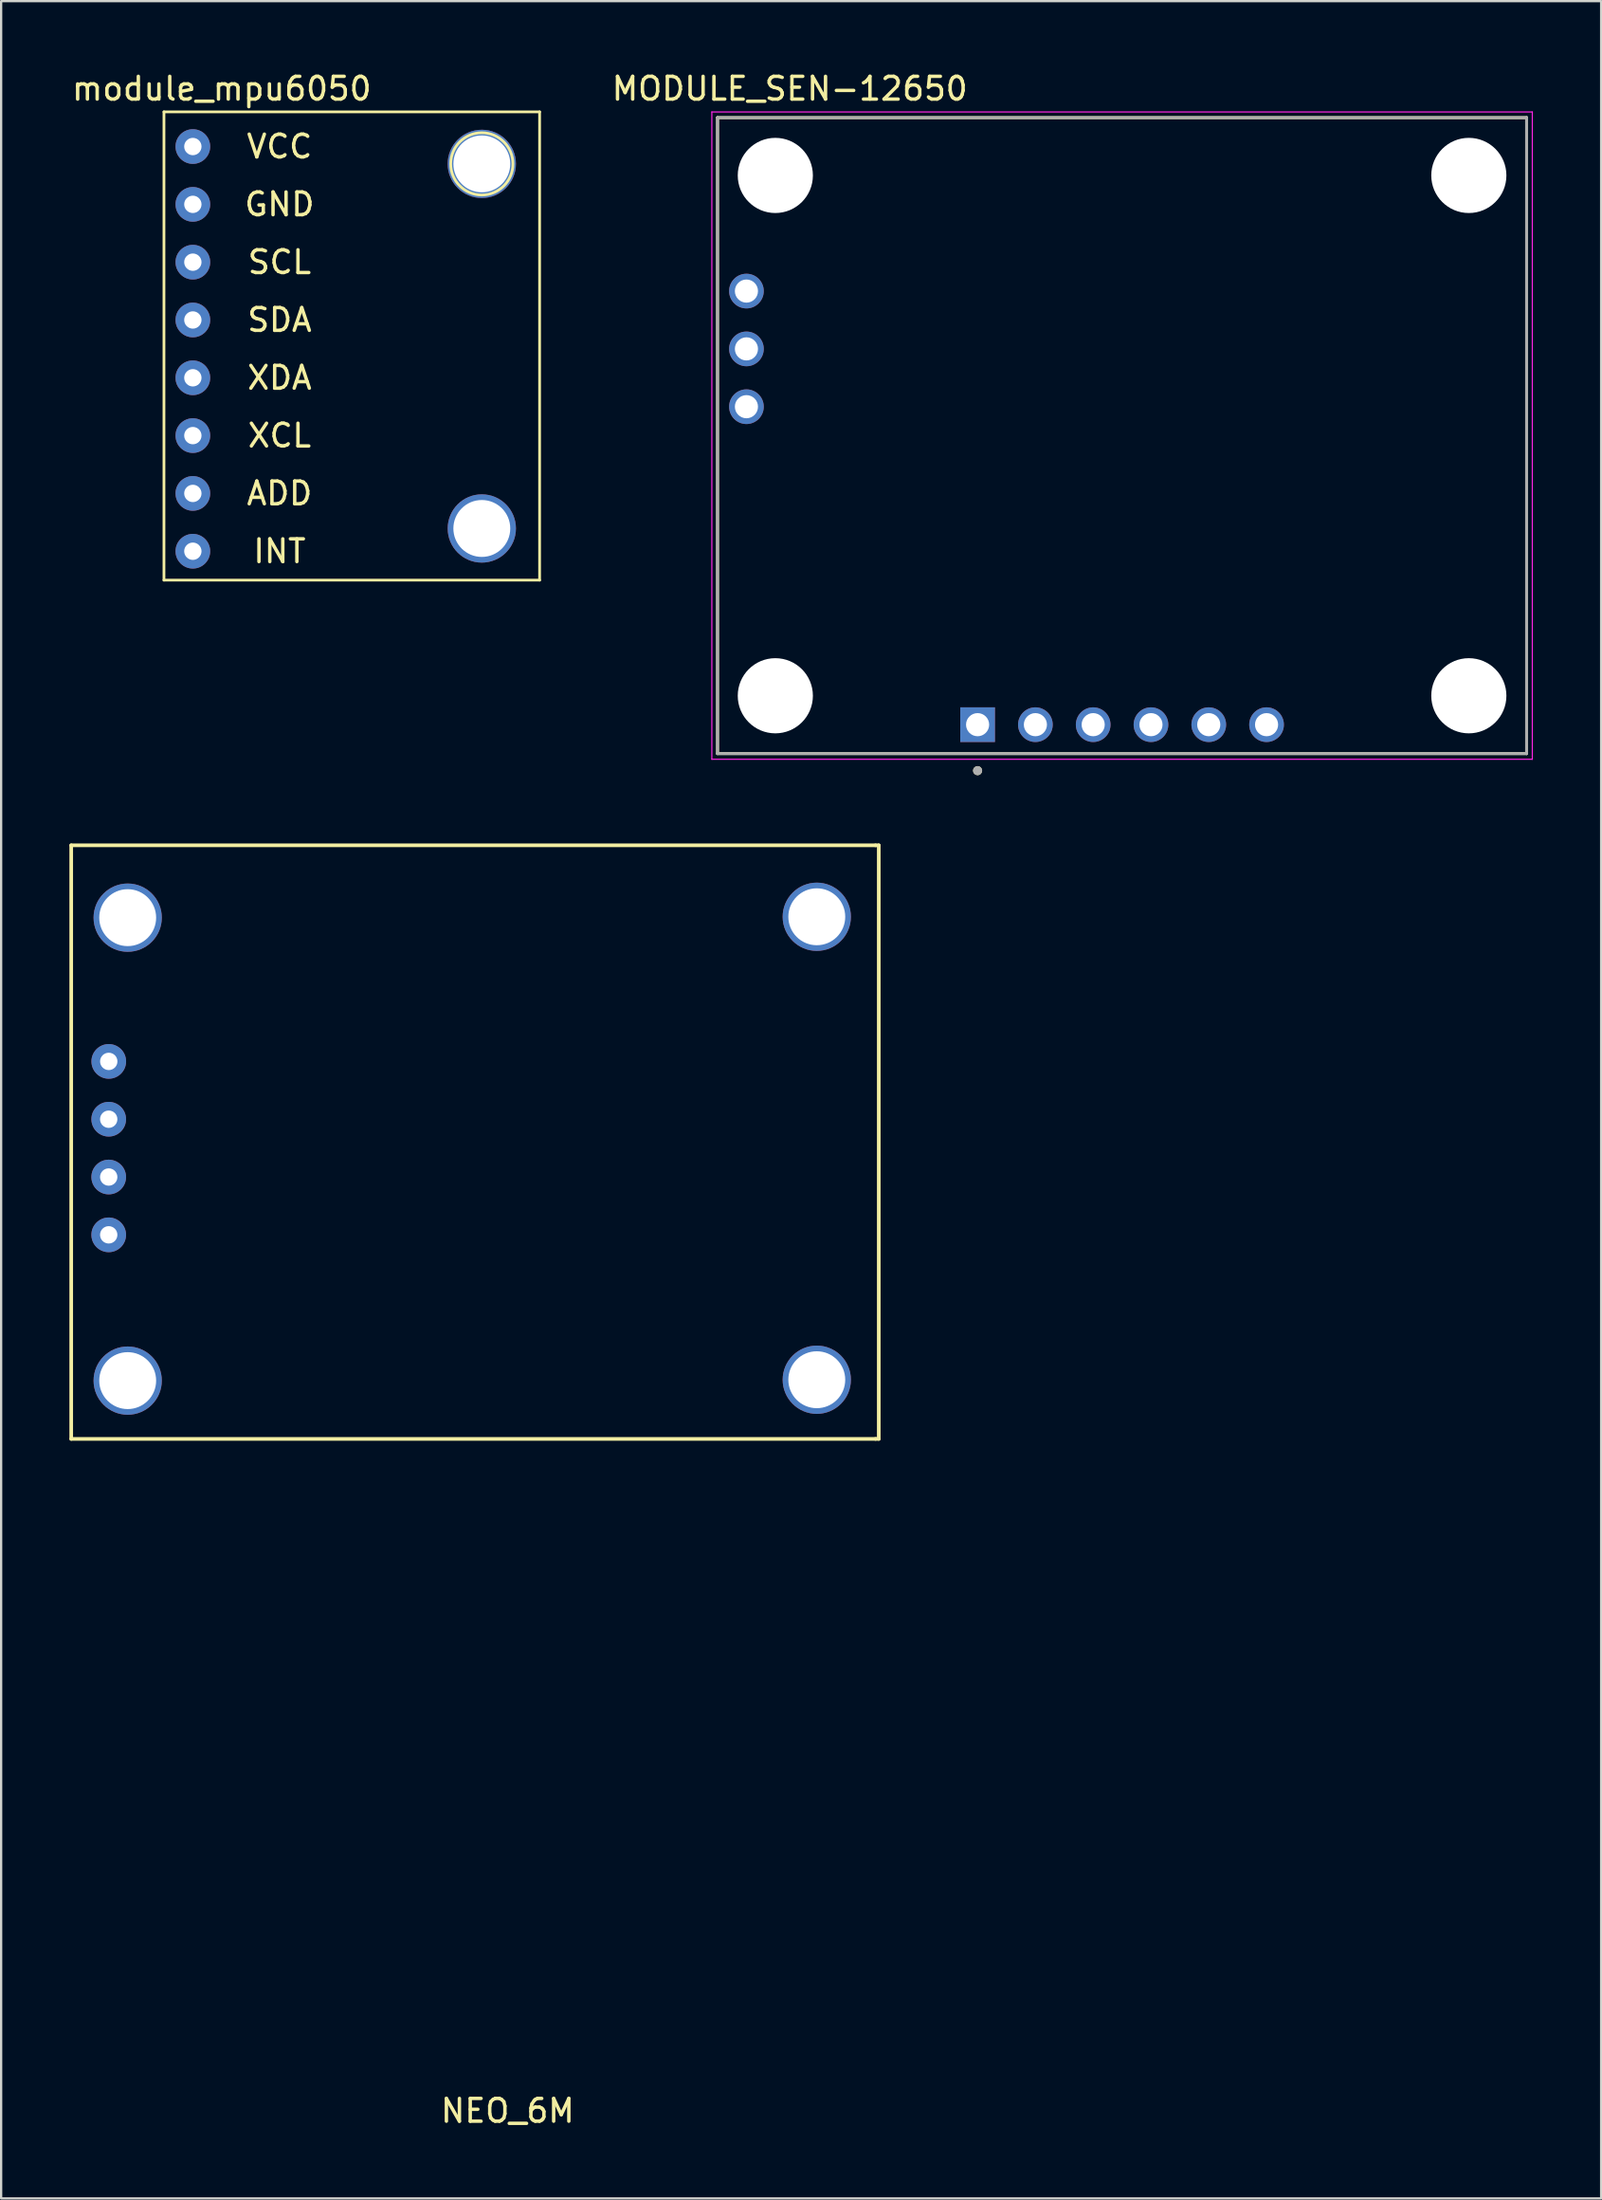
<source format=kicad_pcb>
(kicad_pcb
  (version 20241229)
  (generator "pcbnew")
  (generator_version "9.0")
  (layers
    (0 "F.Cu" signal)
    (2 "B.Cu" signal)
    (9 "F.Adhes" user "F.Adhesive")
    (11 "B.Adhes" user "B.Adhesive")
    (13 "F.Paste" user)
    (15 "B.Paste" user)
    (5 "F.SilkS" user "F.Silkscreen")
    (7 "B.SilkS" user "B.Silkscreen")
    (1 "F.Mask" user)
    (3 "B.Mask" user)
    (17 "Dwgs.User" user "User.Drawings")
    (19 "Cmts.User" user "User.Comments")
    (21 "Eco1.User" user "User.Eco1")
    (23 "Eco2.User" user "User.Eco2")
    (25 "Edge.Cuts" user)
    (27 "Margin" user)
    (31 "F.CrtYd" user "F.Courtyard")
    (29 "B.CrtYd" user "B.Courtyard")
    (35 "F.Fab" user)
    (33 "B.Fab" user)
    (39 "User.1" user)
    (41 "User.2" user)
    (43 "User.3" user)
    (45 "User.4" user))
  (footprint "MODULE_SEN-12650"
    (layer "F.Cu")
    (at 28.486 30.058)
    (property "Reference" "MODULE_SEN-12650" (at 3.175 -29.21 180) (layer "F.SilkS") (effects (font (size 1 1) (thickness 0.15))))
    (attr through_hole)
    (fp_line (start 0 -27.94) (end 35.56 -27.94) (stroke (width 0.127) (type solid)) (layer "F.SilkS"))
    (fp_line (start 0 0) (end 0 -27.94) (stroke (width 0.127) (type solid)) (layer "F.SilkS"))
    (fp_line (start 35.56 -27.94) (end 35.56 0) (stroke (width 0.127) (type solid)) (layer "F.SilkS"))
    (fp_line (start 35.56 0) (end 0 0) (stroke (width 0.127) (type solid)) (layer "F.SilkS"))
    (fp_circle (center 11.43 0.75) (end 11.53 0.75) (stroke (width 0.2) (type solid)) (fill no) (layer "F.SilkS"))
    (fp_line (start -0.25 -28.19) (end 35.81 -28.19) (stroke (width 0.05) (type solid)) (layer "F.CrtYd"))
    (fp_line (start -0.25 0.25) (end -0.25 -28.19) (stroke (width 0.05) (type solid)) (layer "F.CrtYd"))
    (fp_line (start 35.81 -28.19) (end 35.81 0.25) (stroke (width 0.05) (type solid)) (layer "F.CrtYd"))
    (fp_line (start 35.81 0.25) (end -0.25 0.25) (stroke (width 0.05) (type solid)) (layer "F.CrtYd"))
    (fp_line (start 0 -27.94) (end 0 0) (stroke (width 0.127) (type solid)) (layer "F.Fab"))
    (fp_line (start 0 0) (end 35.56 0) (stroke (width 0.127) (type solid)) (layer "F.Fab"))
    (fp_line (start 35.56 -27.94) (end 0 -27.94) (stroke (width 0.127) (type solid)) (layer "F.Fab"))
    (fp_line (start 35.56 0) (end 35.56 -27.94) (stroke (width 0.127) (type solid)) (layer "F.Fab"))
    (fp_circle (center 11.43 0.75) (end 11.53 0.75) (stroke (width 0.2) (type solid)) (fill no) (layer "F.Fab"))
    (pad "" np_thru_hole circle (at 2.54 -25.4) (size 3.302 3.302) (drill 3.302) (layers "*.Cu" "*.Mask"))
    (pad "" np_thru_hole circle (at 2.54 -2.54) (size 3.302 3.302) (drill 3.302) (layers "*.Cu" "*.Mask"))
    (pad "" np_thru_hole circle (at 33.02 -25.4) (size 3.302 3.302) (drill 3.302) (layers "*.Cu" "*.Mask"))
    (pad "" np_thru_hole circle (at 33.02 -2.54) (size 3.302 3.302) (drill 3.302) (layers "*.Cu" "*.Mask"))
    (pad "JP1_1" thru_hole circle (at 1.27 -15.24) (size 1.524 1.524) (drill 1.016) (layers "*.Cu" "*.Mask"))
    (pad "JP1_2" thru_hole circle (at 1.27 -17.78) (size 1.524 1.524) (drill 1.016) (layers "*.Cu" "*.Mask"))
    (pad "JP1_3" thru_hole circle (at 1.27 -20.32) (size 1.524 1.524) (drill 1.016) (layers "*.Cu" "*.Mask"))
    (pad "JP3_1" thru_hole rect (at 11.43 -1.27) (size 1.524 1.524) (drill 1.016) (layers "*.Cu" "*.Mask"))
    (pad "JP3_2" thru_hole circle (at 13.97 -1.27) (size 1.524 1.524) (drill 1.016) (layers "*.Cu" "*.Mask"))
    (pad "JP3_3" thru_hole circle (at 16.51 -1.27) (size 1.524 1.524) (drill 1.016) (layers "*.Cu" "*.Mask"))
    (pad "JP3_4" thru_hole circle (at 19.05 -1.27) (size 1.524 1.524) (drill 1.016) (layers "*.Cu" "*.Mask"))
    (pad "JP3_5" thru_hole circle (at 21.59 -1.27) (size 1.524 1.524) (drill 1.016) (layers "*.Cu" "*.Mask"))
    (pad "JP3_6" thru_hole circle (at 24.13 -1.27) (size 1.524 1.524) (drill 1.016) (layers "*.Cu" "*.Mask")))
  (footprint "module_mpu6050"
    (layer "F.Cu")
    (at 5.426 21.168)
    (property "Reference" "module_mpu6050" (at 1.27 -20.32 180) (layer "F.SilkS") (effects (font (size 1 1) (thickness 0.15))))
    (attr through_hole exclude_from_bom)
    (fp_line (start -1.27 -19.304) (end 15.24 -19.304) (stroke (width 0.12) (type solid)) (layer "F.SilkS"))
    (fp_line (start -1.27 1.27) (end -1.27 -19.304) (stroke (width 0.12) (type solid)) (layer "F.SilkS"))
    (fp_line (start 15.24 -19.304) (end 15.24 1.27) (stroke (width 0.12) (type solid)) (layer "F.SilkS"))
    (fp_line (start 15.24 1.27) (end -1.27 1.27) (stroke (width 0.12) (type solid)) (layer "F.SilkS"))
    (fp_circle (center 12.7 -17.018) (end 13.208 -15.748) (stroke (width 0.12) (type solid)) (fill no) (layer "F.SilkS"))
    (fp_text user "XCL" (at 3.81 -5.08 180) (layer "F.SilkS") (effects (font (size 1 1) (thickness 0.15))))
    (fp_text user "GND" (at 3.81 -15.24 180) (layer "F.SilkS") (effects (font (size 1 1) (thickness 0.15))))
    (fp_text user "INT" (at 3.81 0 180) (layer "F.SilkS") (effects (font (size 1 1) (thickness 0.15))))
    (fp_text user "SCL" (at 3.81 -12.7 180) (layer "F.SilkS") (effects (font (size 1 1) (thickness 0.15))))
    (fp_text user "VCC" (at 3.81 -17.78 180) (layer "F.SilkS") (effects (font (size 1 1) (thickness 0.15))))
    (fp_text user "SDA" (at 3.81 -10.16 180) (layer "F.SilkS") (effects (font (size 1 1) (thickness 0.15))))
    (fp_text user "ADD" (at 3.81 -2.54 180) (layer "F.SilkS") (effects (font (size 1 1) (thickness 0.15))))
    (fp_text user "XDA" (at 3.81 -7.62 180) (layer "F.SilkS") (effects (font (size 1 1) (thickness 0.15))))
    (pad "" np_thru_hole circle (at 12.7 -17.018) (size 3 3) (drill 2.5) (layers "*.Cu" "*.Mask"))
    (pad "" np_thru_hole circle (at 12.7 -1) (size 3 3) (drill 2.5) (layers "*.Cu" "*.Mask"))
    (pad "1" thru_hole circle (at 0 -17.78) (size 1.524 1.524) (drill 0.762) (layers "*.Cu" "*.Mask"))
    (pad "2" thru_hole circle (at 0 -15.24) (size 1.524 1.524) (drill 0.762) (layers "*.Cu" "*.Mask"))
    (pad "3" thru_hole circle (at 0 -12.7) (size 1.524 1.524) (drill 0.762) (layers "*.Cu" "*.Mask"))
    (pad "4" thru_hole circle (at 0 -10.16) (size 1.524 1.524) (drill 0.762) (layers "*.Cu" "*.Mask"))
    (pad "5" thru_hole circle (at 0 -7.62) (size 1.524 1.524) (drill 0.762) (layers "*.Cu" "*.Mask"))
    (pad "6" thru_hole circle (at 0 -5.08) (size 1.524 1.524) (drill 0.762) (layers "*.Cu" "*.Mask"))
    (pad "7" thru_hole circle (at 0 -2.54) (size 1.524 1.524) (drill 0.762) (layers "*.Cu" "*.Mask"))
    (pad "8" thru_hole circle (at 0 0) (size 1.524 1.524) (drill 0.762) (layers "*.Cu" "*.Mask")))
  (footprint "NEO_6M"
    (layer "F.Cu")
    (at 19.26 69.688)
    (property "Reference" "NEO_6M" (at 0 20 0) (layer "F.SilkS") (effects (font (size 1 1) (thickness 0.15))))
    (attr smd)
    (fp_line (start -19.18 -35.6) (end -19.18 -9.52) (stroke (width 0.16) (type solid)) (layer "F.SilkS"))
    (fp_line (start -19.18 -9.52) (end 16.17 -9.52) (stroke (width 0.16) (type solid)) (layer "F.SilkS"))
    (fp_line (start 16.17 -35.6) (end -19.18 -35.6) (stroke (width 0.16) (type solid)) (layer "F.SilkS"))
    (fp_line (start 16.17 -35.6) (end 16.312 -35.6) (stroke (width 0.16) (type solid)) (layer "F.SilkS"))
    (fp_line (start 16.17 -9.52) (end 16.312 -9.52) (stroke (width 0.16) (type solid)) (layer "F.SilkS"))
    (fp_line (start 16.312 -9.52) (end 16.312 -35.6) (stroke (width 0.16) (type solid)) (layer "F.SilkS"))
    (pad "" thru_hole circle (at -17.532 -23.566) (size 1.524 1.524) (drill 0.762) (layers "*.Cu" "*.Mask"))
    (pad "" thru_hole circle (at -17.532 -21.026) (size 1.524 1.524) (drill 0.762) (layers "*.Cu" "*.Mask"))
    (pad "" thru_hole circle (at -17.532 -18.486) (size 1.524 1.524) (drill 0.762) (layers "*.Cu" "*.Mask"))
    (pad "" thru_hole circle (at -17.53 -26.106) (size 1.524 1.524) (drill 0.762) (layers "*.Cu" "*.Mask"))
    (pad "" np_thru_hole circle (at -16.698 -32.421) (size 3 3) (drill 2.5) (layers "*.Cu" "*.Mask"))
    (pad "" np_thru_hole circle (at -16.698 -12.081) (size 3 3) (drill 2.5) (layers "*.Cu" "*.Mask"))
    (pad "" np_thru_hole circle (at 13.588 -32.46) (size 3 3) (drill 2.5) (layers "*.Cu" "*.Mask"))
    (pad "" np_thru_hole circle (at 13.588 -12.12) (size 3 3) (drill 2.5) (layers "*.Cu" "*.Mask")))
  (gr_rect
    (start -3 -3)
    (end 67.321 93.537)
    (stroke (width 0.1) (type default))
    (fill no)
    (layer "Edge.Cuts")))
</source>
